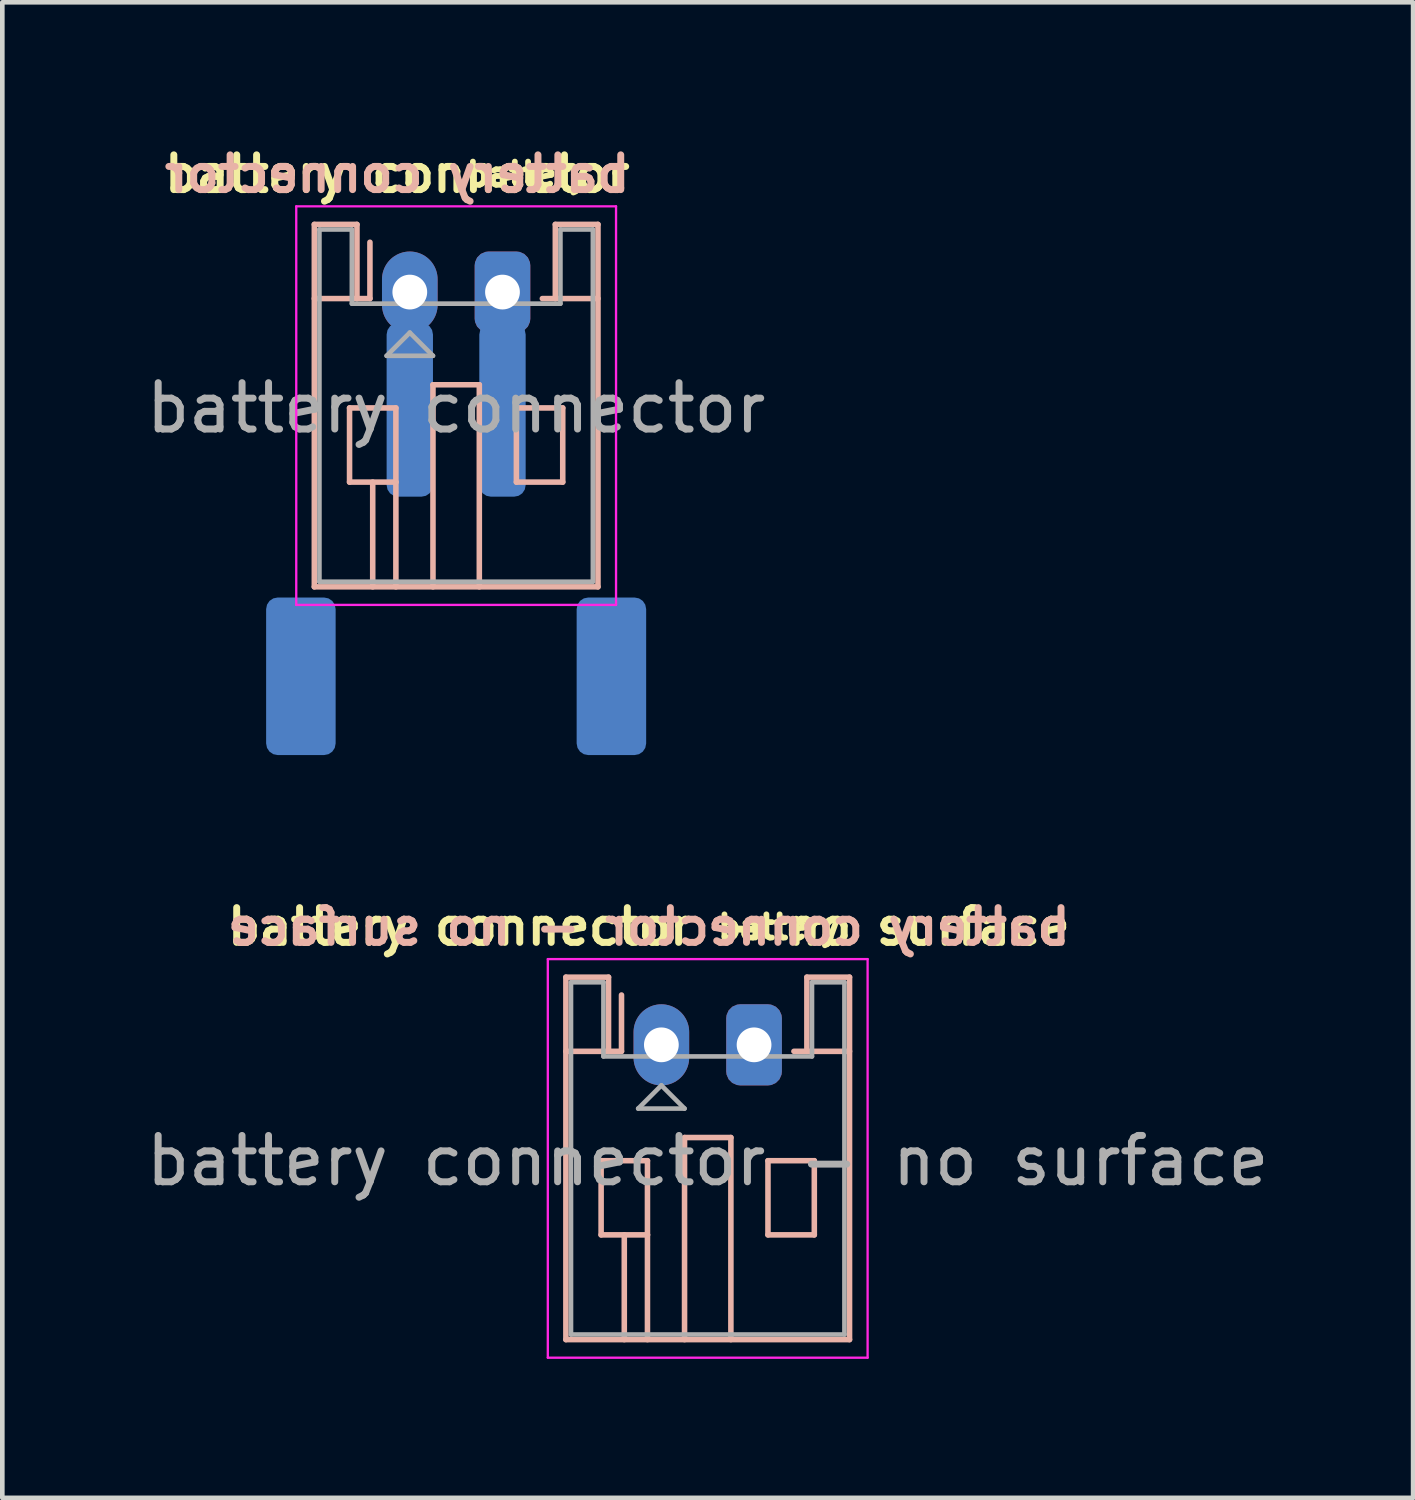
<source format=kicad_pcb>
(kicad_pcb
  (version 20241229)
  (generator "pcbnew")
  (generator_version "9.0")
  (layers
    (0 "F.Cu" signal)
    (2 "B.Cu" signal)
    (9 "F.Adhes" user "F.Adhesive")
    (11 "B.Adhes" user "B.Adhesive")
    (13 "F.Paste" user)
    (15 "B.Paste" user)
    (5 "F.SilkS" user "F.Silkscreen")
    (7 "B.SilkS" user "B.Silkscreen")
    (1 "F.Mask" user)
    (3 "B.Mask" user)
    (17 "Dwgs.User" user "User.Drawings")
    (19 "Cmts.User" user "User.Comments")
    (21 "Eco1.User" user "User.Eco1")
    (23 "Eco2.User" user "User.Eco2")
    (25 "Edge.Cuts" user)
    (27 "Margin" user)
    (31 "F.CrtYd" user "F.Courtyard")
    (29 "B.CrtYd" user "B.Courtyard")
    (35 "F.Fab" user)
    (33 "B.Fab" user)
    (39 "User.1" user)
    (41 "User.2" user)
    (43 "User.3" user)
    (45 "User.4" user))
  (footprint "battery connector - no surface"
    (layer "F.Cu")
    (at 11.22 19.494)
    (property "Reference" "battery connector - no surface" (at -0.27 -2.55 0) (layer "B.SilkS") (effects (font (size 0.75 0.75) (thickness 0.15)) (justify mirror)))
    (property "Value" "battery" (at 2.54 -2.54 0) (layer "B.SilkS") (hide yes) (effects (font (size 0.5 0.5) (thickness 0.125)) (justify mirror)))
    (attr through_hole)
    (fp_line (start -2.06 -1.46) (end -2.06 6.36) (stroke (width 0.12) (type solid)) (layer "B.SilkS"))
    (fp_line (start -2.06 0.14) (end -1.14 0.14) (stroke (width 0.12) (type solid)) (layer "B.SilkS"))
    (fp_line (start -2.06 6.36) (end 4.06 6.36) (stroke (width 0.12) (type solid)) (layer "B.SilkS"))
    (fp_line (start -1.3 2.5) (end -1.3 4.1) (stroke (width 0.12) (type solid)) (layer "B.SilkS"))
    (fp_line (start -1.3 4.1) (end -0.3 4.1) (stroke (width 0.12) (type solid)) (layer "B.SilkS"))
    (fp_line (start -1.14 -1.46) (end -2.06 -1.46) (stroke (width 0.12) (type solid)) (layer "B.SilkS"))
    (fp_line (start -1.14 0.14) (end -1.14 -1.46) (stroke (width 0.12) (type solid)) (layer "B.SilkS"))
    (fp_line (start -0.86 0.14) (end -1.14 0.14) (stroke (width 0.12) (type solid)) (layer "B.SilkS"))
    (fp_line (start -0.86 0.14) (end -0.86 -1.075) (stroke (width 0.12) (type solid)) (layer "B.SilkS"))
    (fp_line (start -0.8 4.1) (end -0.8 6.36) (stroke (width 0.12) (type solid)) (layer "B.SilkS"))
    (fp_line (start -0.3 2.5) (end -1.3 2.5) (stroke (width 0.12) (type solid)) (layer "B.SilkS"))
    (fp_line (start -0.3 4.1) (end -0.3 2.5) (stroke (width 0.12) (type solid)) (layer "B.SilkS"))
    (fp_line (start -0.3 4.1) (end -0.3 6.36) (stroke (width 0.12) (type solid)) (layer "B.SilkS"))
    (fp_line (start 0.5 2) (end 1.5 2) (stroke (width 0.12) (type solid)) (layer "B.SilkS"))
    (fp_line (start 0.5 6.36) (end 0.5 2) (stroke (width 0.12) (type solid)) (layer "B.SilkS"))
    (fp_line (start 1.5 2) (end 1.5 6.36) (stroke (width 0.12) (type solid)) (layer "B.SilkS"))
    (fp_line (start 2.3 2.5) (end 3.3 2.5) (stroke (width 0.12) (type solid)) (layer "B.SilkS"))
    (fp_line (start 2.3 4.1) (end 2.3 2.5) (stroke (width 0.12) (type solid)) (layer "B.SilkS"))
    (fp_line (start 3.14 -1.46) (end 3.14 0.14) (stroke (width 0.12) (type solid)) (layer "B.SilkS"))
    (fp_line (start 3.14 0.14) (end 2.86 0.14) (stroke (width 0.12) (type solid)) (layer "B.SilkS"))
    (fp_line (start 3.3 2.5) (end 3.3 4.1) (stroke (width 0.12) (type solid)) (layer "B.SilkS"))
    (fp_line (start 3.3 4.1) (end 2.3 4.1) (stroke (width 0.12) (type solid)) (layer "B.SilkS"))
    (fp_line (start 4.06 -1.46) (end 3.14 -1.46) (stroke (width 0.12) (type solid)) (layer "B.SilkS"))
    (fp_line (start 4.06 0.14) (end 3.14 0.14) (stroke (width 0.12) (type solid)) (layer "B.SilkS"))
    (fp_line (start 4.06 6.36) (end 4.06 -1.46) (stroke (width 0.12) (type solid)) (layer "B.SilkS"))
    (fp_line (start -2.45 -1.85) (end -2.45 6.75) (stroke (width 0.05) (type solid)) (layer "F.CrtYd"))
    (fp_line (start -2.45 6.75) (end 4.45 6.75) (stroke (width 0.05) (type solid)) (layer "F.CrtYd"))
    (fp_line (start 4.45 -1.85) (end -2.45 -1.85) (stroke (width 0.05) (type solid)) (layer "F.CrtYd"))
    (fp_line (start 4.45 6.75) (end 4.45 -1.85) (stroke (width 0.05) (type solid)) (layer "F.CrtYd"))
    (fp_line (start -1.95 -1.35) (end -1.95 6.25) (stroke (width 0.1) (type solid)) (layer "F.Fab"))
    (fp_line (start -1.95 6.25) (end 3.95 6.25) (stroke (width 0.1) (type solid)) (layer "F.Fab"))
    (fp_line (start -1.25 -1.35) (end -1.95 -1.35) (stroke (width 0.1) (type solid)) (layer "F.Fab"))
    (fp_line (start -1.25 0.25) (end -1.25 -1.35) (stroke (width 0.1) (type solid)) (layer "F.Fab"))
    (fp_line (start -0.5 1.375) (end 0.5 1.375) (stroke (width 0.1) (type solid)) (layer "F.Fab"))
    (fp_line (start 0 0.875) (end -0.5 1.375) (stroke (width 0.1) (type solid)) (layer "F.Fab"))
    (fp_line (start 0.5 1.375) (end 0 0.875) (stroke (width 0.1) (type solid)) (layer "F.Fab"))
    (fp_line (start 3.25 -1.35) (end 3.25 0.25) (stroke (width 0.1) (type solid)) (layer "F.Fab"))
    (fp_line (start 3.25 0.25) (end -1.25 0.25) (stroke (width 0.1) (type solid)) (layer "F.Fab"))
    (fp_line (start 3.95 -1.35) (end 3.25 -1.35) (stroke (width 0.1) (type solid)) (layer "F.Fab"))
    (fp_line (start 3.95 6.25) (end 3.95 -1.35) (stroke (width 0.1) (type solid)) (layer "F.Fab"))
    (fp_text user "${VALUE}" (at 2.54 -2.54 0) (layer "F.SilkS") (effects (font (size 0.5 0.5) (thickness 0.125))))
    (fp_text user "${REFERENCE}" (at -0.27 -2.55 0) (layer "F.SilkS") (effects (font (size 0.75 0.75) (thickness 0.15))))
    (fp_text user "${REFERENCE}" (at 1 2.5 0) (layer "F.Fab") (effects (font (size 1 1) (thickness 0.15))))
    (pad "1" thru_hole oval (at 0 0) (size 1.2 1.75) (drill 0.75) (layers "*.Cu" "*.Mask"))
    (pad "2" thru_hole roundrect (at 2 0) (size 1.2 1.75) (drill 0.75) (layers "*.Cu" "*.Mask") (roundrect_rratio 0.25)))
  (footprint "battery connector"
    (layer "F.Cu")
    (at 5.792 3.252)
    (property "Reference" "battery connector" (at -0.27 -2.55 0) (layer "B.SilkS") (effects (font (size 0.75 0.75) (thickness 0.15)) (justify mirror)))
    (property "Value" "battery" (at 2.54 -2.54 0) (layer "B.SilkS") (hide yes) (effects (font (size 0.5 0.5) (thickness 0.125)) (justify mirror)))
    (attr through_hole)
    (fp_line (start -2.06 -1.46) (end -2.06 6.36) (stroke (width 0.12) (type solid)) (layer "B.SilkS"))
    (fp_line (start -2.06 0.14) (end -1.14 0.14) (stroke (width 0.12) (type solid)) (layer "B.SilkS"))
    (fp_line (start -2.06 6.36) (end 4.06 6.36) (stroke (width 0.12) (type solid)) (layer "B.SilkS"))
    (fp_line (start -1.3 2.5) (end -1.3 4.1) (stroke (width 0.12) (type solid)) (layer "B.SilkS"))
    (fp_line (start -1.3 4.1) (end -0.3 4.1) (stroke (width 0.12) (type solid)) (layer "B.SilkS"))
    (fp_line (start -1.14 -1.46) (end -2.06 -1.46) (stroke (width 0.12) (type solid)) (layer "B.SilkS"))
    (fp_line (start -1.14 0.14) (end -1.14 -1.46) (stroke (width 0.12) (type solid)) (layer "B.SilkS"))
    (fp_line (start -0.86 0.14) (end -1.14 0.14) (stroke (width 0.12) (type solid)) (layer "B.SilkS"))
    (fp_line (start -0.86 0.14) (end -0.86 -1.075) (stroke (width 0.12) (type solid)) (layer "B.SilkS"))
    (fp_line (start -0.8 4.1) (end -0.8 6.36) (stroke (width 0.12) (type solid)) (layer "B.SilkS"))
    (fp_line (start -0.3 2.5) (end -1.3 2.5) (stroke (width 0.12) (type solid)) (layer "B.SilkS"))
    (fp_line (start -0.3 4.1) (end -0.3 2.5) (stroke (width 0.12) (type solid)) (layer "B.SilkS"))
    (fp_line (start -0.3 4.1) (end -0.3 6.36) (stroke (width 0.12) (type solid)) (layer "B.SilkS"))
    (fp_line (start 0.5 2) (end 1.5 2) (stroke (width 0.12) (type solid)) (layer "B.SilkS"))
    (fp_line (start 0.5 6.36) (end 0.5 2) (stroke (width 0.12) (type solid)) (layer "B.SilkS"))
    (fp_line (start 1.5 2) (end 1.5 6.36) (stroke (width 0.12) (type solid)) (layer "B.SilkS"))
    (fp_line (start 2.3 2.5) (end 3.3 2.5) (stroke (width 0.12) (type solid)) (layer "B.SilkS"))
    (fp_line (start 2.3 4.1) (end 2.3 2.5) (stroke (width 0.12) (type solid)) (layer "B.SilkS"))
    (fp_line (start 3.14 -1.46) (end 3.14 0.14) (stroke (width 0.12) (type solid)) (layer "B.SilkS"))
    (fp_line (start 3.14 0.14) (end 2.86 0.14) (stroke (width 0.12) (type solid)) (layer "B.SilkS"))
    (fp_line (start 3.3 2.5) (end 3.3 4.1) (stroke (width 0.12) (type solid)) (layer "B.SilkS"))
    (fp_line (start 3.3 4.1) (end 2.3 4.1) (stroke (width 0.12) (type solid)) (layer "B.SilkS"))
    (fp_line (start 4.06 -1.46) (end 3.14 -1.46) (stroke (width 0.12) (type solid)) (layer "B.SilkS"))
    (fp_line (start 4.06 0.14) (end 3.14 0.14) (stroke (width 0.12) (type solid)) (layer "B.SilkS"))
    (fp_line (start 4.06 6.36) (end 4.06 -1.46) (stroke (width 0.12) (type solid)) (layer "B.SilkS"))
    (fp_line (start -2.45 -1.85) (end -2.45 6.75) (stroke (width 0.05) (type solid)) (layer "F.CrtYd"))
    (fp_line (start -2.45 6.75) (end 4.45 6.75) (stroke (width 0.05) (type solid)) (layer "F.CrtYd"))
    (fp_line (start 4.45 -1.85) (end -2.45 -1.85) (stroke (width 0.05) (type solid)) (layer "F.CrtYd"))
    (fp_line (start 4.45 6.75) (end 4.45 -1.85) (stroke (width 0.05) (type solid)) (layer "F.CrtYd"))
    (fp_line (start -1.95 -1.35) (end -1.95 6.25) (stroke (width 0.1) (type solid)) (layer "F.Fab"))
    (fp_line (start -1.95 6.25) (end 3.95 6.25) (stroke (width 0.1) (type solid)) (layer "F.Fab"))
    (fp_line (start -1.25 -1.35) (end -1.95 -1.35) (stroke (width 0.1) (type solid)) (layer "F.Fab"))
    (fp_line (start -1.25 0.25) (end -1.25 -1.35) (stroke (width 0.1) (type solid)) (layer "F.Fab"))
    (fp_line (start -0.5 1.375) (end 0.5 1.375) (stroke (width 0.1) (type solid)) (layer "F.Fab"))
    (fp_line (start 0 0.875) (end -0.5 1.375) (stroke (width 0.1) (type solid)) (layer "F.Fab"))
    (fp_line (start 0.5 1.375) (end 0 0.875) (stroke (width 0.1) (type solid)) (layer "F.Fab"))
    (fp_line (start 3.25 -1.35) (end 3.25 0.25) (stroke (width 0.1) (type solid)) (layer "F.Fab"))
    (fp_line (start 3.25 0.25) (end -1.25 0.25) (stroke (width 0.1) (type solid)) (layer "F.Fab"))
    (fp_line (start 3.95 -1.35) (end 3.25 -1.35) (stroke (width 0.1) (type solid)) (layer "F.Fab"))
    (fp_line (start 3.95 6.25) (end 3.95 -1.35) (stroke (width 0.1) (type solid)) (layer "F.Fab"))
    (fp_text user "${REFERENCE}" (at -0.27 -2.55 0) (layer "F.SilkS") (effects (font (size 0.75 0.75) (thickness 0.15))))
    (fp_text user "${VALUE}" (at 2.54 -2.54 0) (layer "F.SilkS") (effects (font (size 0.5 0.5) (thickness 0.125))))
    (fp_text user "${REFERENCE}" (at 1 2.5 0) (layer "F.Fab") (effects (font (size 1 1) (thickness 0.15))))
    (pad "1" thru_hole oval (at 0 0) (size 1.2 1.75) (drill 0.75) (layers "*.Cu" "*.Mask"))
    (pad "1" smd roundrect (at 0 2.54) (size 1 3.75) (layers "B.Cu" "B.Mask" "B.Paste") (roundrect_rratio 0.25))
    (pad "2" thru_hole roundrect (at 2 0) (size 1.2 1.75) (drill 0.75) (layers "*.Cu" "*.Mask") (roundrect_rratio 0.25))
    (pad "2" smd roundrect (at 2 2.54) (size 1 3.75) (layers "B.Cu" "B.Mask" "B.Paste") (roundrect_rratio 0.25))
    (pad "MP" smd roundrect (at -2.35 8.29) (size 1.5 3.4) (layers "B.Cu" "B.Mask" "B.Paste") (roundrect_rratio 0.167))
    (pad "MP" smd roundrect (at 4.35 8.29) (size 1.5 3.4) (layers "B.Cu" "B.Mask" "B.Paste") (roundrect_rratio 0.167)))
  (gr_rect
    (start -3 -3)
    (end 27.44 29.269)
    (stroke (width 0.1) (type default))
    (fill no)
    (layer "Edge.Cuts")))
</source>
